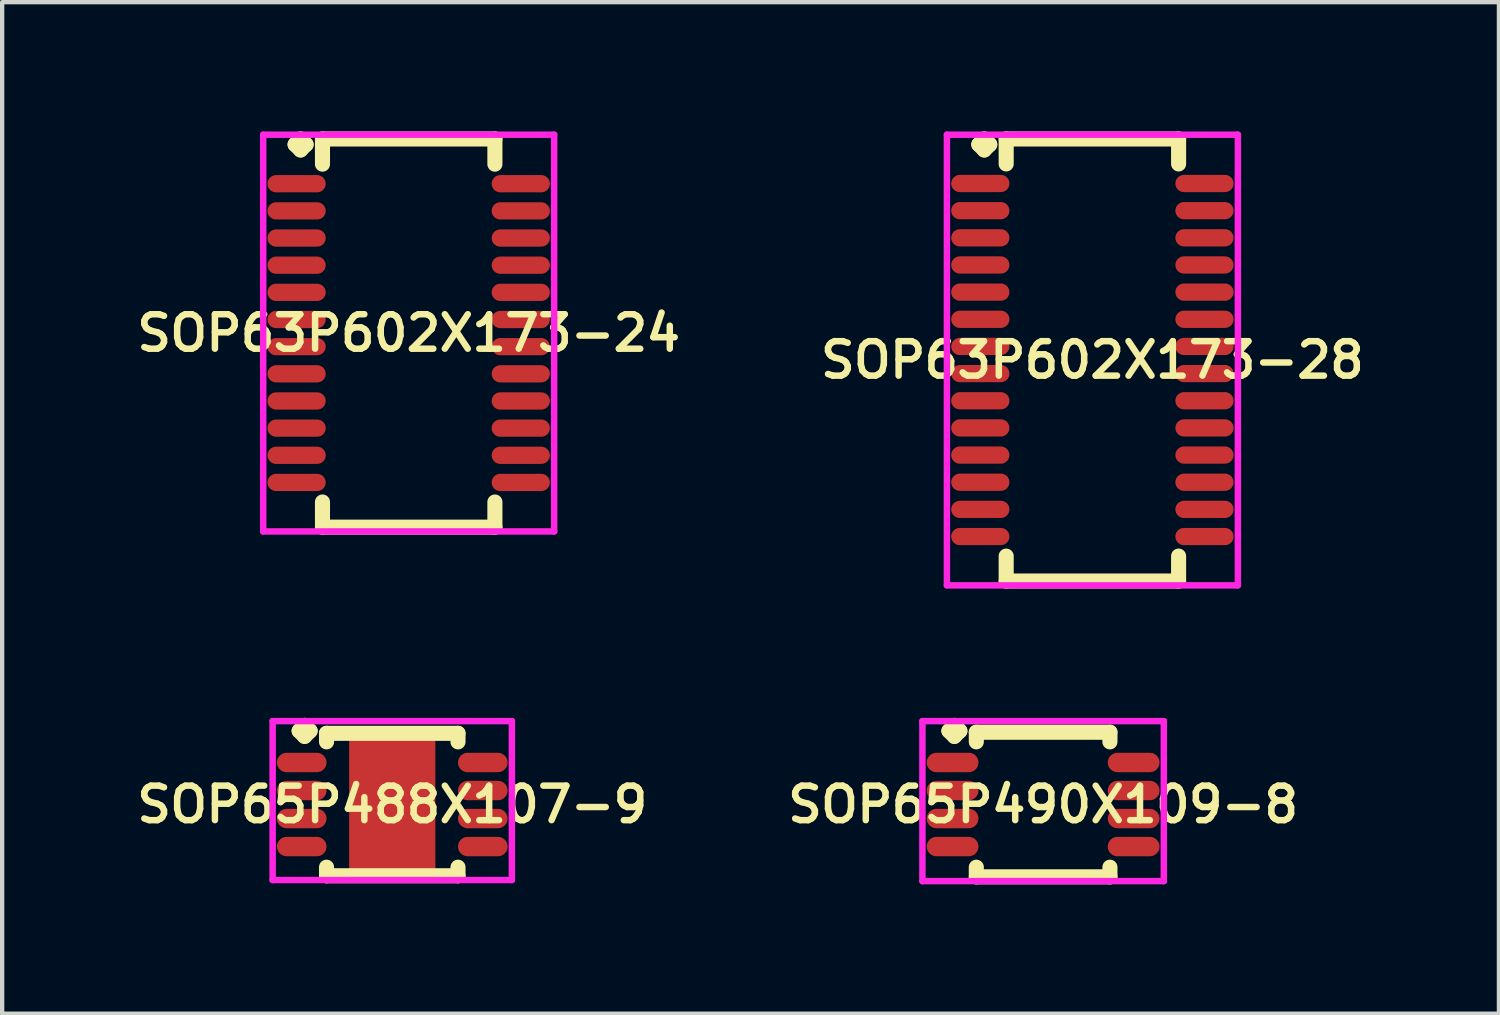
<source format=kicad_pcb>
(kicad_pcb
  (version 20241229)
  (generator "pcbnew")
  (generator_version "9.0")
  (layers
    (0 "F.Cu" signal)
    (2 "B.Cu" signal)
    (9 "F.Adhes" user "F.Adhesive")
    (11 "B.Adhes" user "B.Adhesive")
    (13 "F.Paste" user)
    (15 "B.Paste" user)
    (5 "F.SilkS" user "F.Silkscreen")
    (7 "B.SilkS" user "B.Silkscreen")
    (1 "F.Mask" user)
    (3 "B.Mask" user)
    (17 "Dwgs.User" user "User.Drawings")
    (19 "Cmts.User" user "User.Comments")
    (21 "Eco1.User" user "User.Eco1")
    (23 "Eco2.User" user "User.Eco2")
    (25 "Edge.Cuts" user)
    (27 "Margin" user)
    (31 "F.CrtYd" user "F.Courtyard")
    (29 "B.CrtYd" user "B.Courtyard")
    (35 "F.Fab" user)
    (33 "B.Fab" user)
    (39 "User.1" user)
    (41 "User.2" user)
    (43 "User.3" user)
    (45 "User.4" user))
  (footprint "SOP63P602X173-24"
    (layer "F.Cu")
    (at 6.431 4.677)
    (property "Reference" "SOP63P602X173-24" (at 0 0 0) (layer "F.SilkS") (effects (font (size 0.8 0.8) (thickness 0.15))))
    (attr through_hole)
    (fp_line (start -2.635 -4.375) (end -2.508 -4.502) (stroke (width 0.35) (type solid)) (layer "F.SilkS"))
    (fp_line (start -2.508 -4.502) (end -2.381 -4.375) (stroke (width 0.35) (type solid)) (layer "F.SilkS"))
    (fp_line (start -2.508 -4.248) (end -2.635 -4.375) (stroke (width 0.35) (type solid)) (layer "F.SilkS"))
    (fp_line (start -2.381 -4.375) (end -2.508 -4.248) (stroke (width 0.35) (type solid)) (layer "F.SilkS"))
    (fp_line (start -2 -4.502) (end 2 -4.502) (stroke (width 0.35) (type solid)) (layer "F.SilkS"))
    (fp_line (start -2 -3.919) (end -2 -4.502) (stroke (width 0.35) (type solid)) (layer "F.SilkS"))
    (fp_line (start -2 3.919) (end -2 4.502) (stroke (width 0.35) (type solid)) (layer "F.SilkS"))
    (fp_line (start -2 4.502) (end 2 4.502) (stroke (width 0.35) (type solid)) (layer "F.SilkS"))
    (fp_line (start 2 -4.502) (end 2 -3.919) (stroke (width 0.35) (type solid)) (layer "F.SilkS"))
    (fp_line (start 2 4.502) (end 2 3.919) (stroke (width 0.35) (type solid)) (layer "F.SilkS"))
    (fp_line (start -3.375 -4.602) (end 3.375 -4.602) (stroke (width 0.15) (type solid)) (layer "F.CrtYd"))
    (fp_line (start -3.375 4.602) (end -3.375 -4.602) (stroke (width 0.15) (type solid)) (layer "F.CrtYd"))
    (fp_line (start 3.375 -4.602) (end 3.375 4.602) (stroke (width 0.15) (type solid)) (layer "F.CrtYd"))
    (fp_line (start 3.375 4.602) (end -3.375 4.602) (stroke (width 0.15) (type solid)) (layer "F.CrtYd"))
    (pad "1" smd oval (at -2.6 -3.465) (size 1.35 0.4) (layers "F.Cu" "F.Mask" "F.Paste"))
    (pad "2" smd oval (at -2.6 -2.835) (size 1.35 0.4) (layers "F.Cu" "F.Mask" "F.Paste"))
    (pad "3" smd oval (at -2.6 -2.205) (size 1.35 0.4) (layers "F.Cu" "F.Mask" "F.Paste"))
    (pad "4" smd oval (at -2.6 -1.575) (size 1.35 0.4) (layers "F.Cu" "F.Mask" "F.Paste"))
    (pad "5" smd oval (at -2.6 -0.945) (size 1.35 0.4) (layers "F.Cu" "F.Mask" "F.Paste"))
    (pad "6" smd oval (at -2.6 -0.315) (size 1.35 0.4) (layers "F.Cu" "F.Mask" "F.Paste"))
    (pad "7" smd oval (at -2.6 0.315) (size 1.35 0.4) (layers "F.Cu" "F.Mask" "F.Paste"))
    (pad "8" smd oval (at -2.6 0.945) (size 1.35 0.4) (layers "F.Cu" "F.Mask" "F.Paste"))
    (pad "9" smd oval (at -2.6 1.575) (size 1.35 0.4) (layers "F.Cu" "F.Mask" "F.Paste"))
    (pad "10" smd oval (at -2.6 2.205) (size 1.35 0.4) (layers "F.Cu" "F.Mask" "F.Paste"))
    (pad "11" smd oval (at -2.6 2.835) (size 1.35 0.4) (layers "F.Cu" "F.Mask" "F.Paste"))
    (pad "12" smd oval (at -2.6 3.465) (size 1.35 0.4) (layers "F.Cu" "F.Mask" "F.Paste"))
    (pad "13" smd oval (at 2.6 3.465) (size 1.35 0.4) (layers "F.Cu" "F.Mask" "F.Paste"))
    (pad "14" smd oval (at 2.6 2.835) (size 1.35 0.4) (layers "F.Cu" "F.Mask" "F.Paste"))
    (pad "15" smd oval (at 2.6 2.205) (size 1.35 0.4) (layers "F.Cu" "F.Mask" "F.Paste"))
    (pad "16" smd oval (at 2.6 1.575) (size 1.35 0.4) (layers "F.Cu" "F.Mask" "F.Paste"))
    (pad "17" smd oval (at 2.6 0.945) (size 1.35 0.4) (layers "F.Cu" "F.Mask" "F.Paste"))
    (pad "18" smd oval (at 2.6 0.315) (size 1.35 0.4) (layers "F.Cu" "F.Mask" "F.Paste"))
    (pad "19" smd oval (at 2.6 -0.315) (size 1.35 0.4) (layers "F.Cu" "F.Mask" "F.Paste"))
    (pad "20" smd oval (at 2.6 -0.945) (size 1.35 0.4) (layers "F.Cu" "F.Mask" "F.Paste"))
    (pad "21" smd oval (at 2.6 -1.575) (size 1.35 0.4) (layers "F.Cu" "F.Mask" "F.Paste"))
    (pad "22" smd oval (at 2.6 -2.205) (size 1.35 0.4) (layers "F.Cu" "F.Mask" "F.Paste"))
    (pad "23" smd oval (at 2.6 -2.835) (size 1.35 0.4) (layers "F.Cu" "F.Mask" "F.Paste"))
    (pad "24" smd oval (at 2.6 -3.465) (size 1.35 0.4) (layers "F.Cu" "F.Mask" "F.Paste")))
  (footprint "SOP63P602X173-28"
    (layer "F.Cu")
    (at 22.292 5.302)
    (property "Reference" "SOP63P602X173-28" (at 0 0 0) (layer "F.SilkS") (effects (font (size 0.8 0.8) (thickness 0.15))))
    (attr through_hole)
    (fp_line (start -2.635 -5) (end -2.508 -5.127) (stroke (width 0.35) (type solid)) (layer "F.SilkS"))
    (fp_line (start -2.508 -5.127) (end -2.381 -5) (stroke (width 0.35) (type solid)) (layer "F.SilkS"))
    (fp_line (start -2.508 -4.873) (end -2.635 -5) (stroke (width 0.35) (type solid)) (layer "F.SilkS"))
    (fp_line (start -2.381 -5) (end -2.508 -4.873) (stroke (width 0.35) (type solid)) (layer "F.SilkS"))
    (fp_line (start -2 -5.127) (end 2 -5.127) (stroke (width 0.35) (type solid)) (layer "F.SilkS"))
    (fp_line (start -2 -4.549) (end -2 -5.127) (stroke (width 0.35) (type solid)) (layer "F.SilkS"))
    (fp_line (start -2 4.549) (end -2 5.127) (stroke (width 0.35) (type solid)) (layer "F.SilkS"))
    (fp_line (start -2 5.127) (end 2 5.127) (stroke (width 0.35) (type solid)) (layer "F.SilkS"))
    (fp_line (start 2 -5.127) (end 2 -4.549) (stroke (width 0.35) (type solid)) (layer "F.SilkS"))
    (fp_line (start 2 5.127) (end 2 4.549) (stroke (width 0.35) (type solid)) (layer "F.SilkS"))
    (fp_line (start -3.375 -5.227) (end 3.375 -5.227) (stroke (width 0.15) (type solid)) (layer "F.CrtYd"))
    (fp_line (start -3.375 5.227) (end -3.375 -5.227) (stroke (width 0.15) (type solid)) (layer "F.CrtYd"))
    (fp_line (start 3.375 -5.227) (end 3.375 5.227) (stroke (width 0.15) (type solid)) (layer "F.CrtYd"))
    (fp_line (start 3.375 5.227) (end -3.375 5.227) (stroke (width 0.15) (type solid)) (layer "F.CrtYd"))
    (pad "1" smd oval (at -2.6 -4.095) (size 1.35 0.4) (layers "F.Cu" "F.Mask" "F.Paste"))
    (pad "2" smd oval (at -2.6 -3.465) (size 1.35 0.4) (layers "F.Cu" "F.Mask" "F.Paste"))
    (pad "3" smd oval (at -2.6 -2.835) (size 1.35 0.4) (layers "F.Cu" "F.Mask" "F.Paste"))
    (pad "4" smd oval (at -2.6 -2.205) (size 1.35 0.4) (layers "F.Cu" "F.Mask" "F.Paste"))
    (pad "5" smd oval (at -2.6 -1.575) (size 1.35 0.4) (layers "F.Cu" "F.Mask" "F.Paste"))
    (pad "6" smd oval (at -2.6 -0.945) (size 1.35 0.4) (layers "F.Cu" "F.Mask" "F.Paste"))
    (pad "7" smd oval (at -2.6 -0.315) (size 1.35 0.4) (layers "F.Cu" "F.Mask" "F.Paste"))
    (pad "8" smd oval (at -2.6 0.315) (size 1.35 0.4) (layers "F.Cu" "F.Mask" "F.Paste"))
    (pad "9" smd oval (at -2.6 0.945) (size 1.35 0.4) (layers "F.Cu" "F.Mask" "F.Paste"))
    (pad "10" smd oval (at -2.6 1.575) (size 1.35 0.4) (layers "F.Cu" "F.Mask" "F.Paste"))
    (pad "11" smd oval (at -2.6 2.205) (size 1.35 0.4) (layers "F.Cu" "F.Mask" "F.Paste"))
    (pad "12" smd oval (at -2.6 2.835) (size 1.35 0.4) (layers "F.Cu" "F.Mask" "F.Paste"))
    (pad "13" smd oval (at -2.6 3.465) (size 1.35 0.4) (layers "F.Cu" "F.Mask" "F.Paste"))
    (pad "14" smd oval (at -2.6 4.095) (size 1.35 0.4) (layers "F.Cu" "F.Mask" "F.Paste"))
    (pad "15" smd oval (at 2.6 4.095) (size 1.35 0.4) (layers "F.Cu" "F.Mask" "F.Paste"))
    (pad "16" smd oval (at 2.6 3.465) (size 1.35 0.4) (layers "F.Cu" "F.Mask" "F.Paste"))
    (pad "17" smd oval (at 2.6 2.835) (size 1.35 0.4) (layers "F.Cu" "F.Mask" "F.Paste"))
    (pad "18" smd oval (at 2.6 2.205) (size 1.35 0.4) (layers "F.Cu" "F.Mask" "F.Paste"))
    (pad "19" smd oval (at 2.6 1.575) (size 1.35 0.4) (layers "F.Cu" "F.Mask" "F.Paste"))
    (pad "20" smd oval (at 2.6 0.945) (size 1.35 0.4) (layers "F.Cu" "F.Mask" "F.Paste"))
    (pad "21" smd oval (at 2.6 0.315) (size 1.35 0.4) (layers "F.Cu" "F.Mask" "F.Paste"))
    (pad "22" smd oval (at 2.6 -0.315) (size 1.35 0.4) (layers "F.Cu" "F.Mask" "F.Paste"))
    (pad "23" smd oval (at 2.6 -0.945) (size 1.35 0.4) (layers "F.Cu" "F.Mask" "F.Paste"))
    (pad "24" smd oval (at 2.6 -1.575) (size 1.35 0.4) (layers "F.Cu" "F.Mask" "F.Paste"))
    (pad "25" smd oval (at 2.6 -2.205) (size 1.35 0.4) (layers "F.Cu" "F.Mask" "F.Paste"))
    (pad "26" smd oval (at 2.6 -2.835) (size 1.35 0.4) (layers "F.Cu" "F.Mask" "F.Paste"))
    (pad "27" smd oval (at 2.6 -3.465) (size 1.35 0.4) (layers "F.Cu" "F.Mask" "F.Paste"))
    (pad "28" smd oval (at 2.6 -4.095) (size 1.35 0.4) (layers "F.Cu" "F.Mask" "F.Paste")))
  (footprint "SOP65P490X109-8"
    (layer "F.Cu")
    (at 21.149 15.614)
    (property "Reference" "SOP65P490X109-8" (at 0 0 0) (layer "F.SilkS") (effects (font (size 0.8 0.8) (thickness 0.15))))
    (attr smd)
    (fp_line (start -2.185 -1.708) (end -2.058 -1.835) (stroke (width 0.35) (type solid)) (layer "F.SilkS"))
    (fp_line (start -2.058 -1.835) (end -1.931 -1.708) (stroke (width 0.35) (type solid)) (layer "F.SilkS"))
    (fp_line (start -2.058 -1.581) (end -2.185 -1.708) (stroke (width 0.35) (type solid)) (layer "F.SilkS"))
    (fp_line (start -1.931 -1.708) (end -2.058 -1.581) (stroke (width 0.35) (type solid)) (layer "F.SilkS"))
    (fp_line (start -1.55 -1.677) (end 1.55 -1.677) (stroke (width 0.35) (type solid)) (layer "F.SilkS"))
    (fp_line (start -1.55 -1.454) (end -1.55 -1.677) (stroke (width 0.35) (type solid)) (layer "F.SilkS"))
    (fp_line (start -1.55 1.454) (end -1.55 1.677) (stroke (width 0.35) (type solid)) (layer "F.SilkS"))
    (fp_line (start -1.55 1.677) (end 1.55 1.677) (stroke (width 0.35) (type solid)) (layer "F.SilkS"))
    (fp_line (start 1.55 -1.677) (end 1.55 -1.454) (stroke (width 0.35) (type solid)) (layer "F.SilkS"))
    (fp_line (start 1.55 1.677) (end 1.55 1.454) (stroke (width 0.35) (type solid)) (layer "F.SilkS"))
    (fp_line (start -2.8 -1.935) (end 2.8 -1.935) (stroke (width 0.15) (type solid)) (layer "F.CrtYd"))
    (fp_line (start -2.8 1.777) (end -2.8 -1.935) (stroke (width 0.15) (type solid)) (layer "F.CrtYd"))
    (fp_line (start 2.8 -1.935) (end 2.8 1.777) (stroke (width 0.15) (type solid)) (layer "F.CrtYd"))
    (fp_line (start 2.8 1.777) (end -2.8 1.777) (stroke (width 0.15) (type solid)) (layer "F.CrtYd"))
    (pad "1" smd oval (at -2.1 -0.975) (size 1.2 0.45) (layers "F.Cu" "F.Mask" "F.Paste"))
    (pad "2" smd oval (at -2.1 -0.325) (size 1.2 0.45) (layers "F.Cu" "F.Mask" "F.Paste"))
    (pad "3" smd oval (at -2.1 0.325) (size 1.2 0.45) (layers "F.Cu" "F.Mask" "F.Paste"))
    (pad "4" smd oval (at -2.1 0.975) (size 1.2 0.45) (layers "F.Cu" "F.Mask" "F.Paste"))
    (pad "5" smd oval (at 2.1 0.975) (size 1.2 0.45) (layers "F.Cu" "F.Mask" "F.Paste"))
    (pad "6" smd oval (at 2.1 0.325) (size 1.2 0.45) (layers "F.Cu" "F.Mask" "F.Paste"))
    (pad "7" smd oval (at 2.1 -0.325) (size 1.2 0.45) (layers "F.Cu" "F.Mask" "F.Paste"))
    (pad "8" smd oval (at 2.1 -0.975) (size 1.2 0.45) (layers "F.Cu" "F.Mask" "F.Paste")))
  (footprint "SOP65P488X107-9"
    (layer "F.Cu")
    (at 6.05 15.614)
    (property "Reference" "SOP65P488X107-9" (at 0 0 0) (layer "F.SilkS") (effects (font (size 0.8 0.8) (thickness 0.15))))
    (attr smd)
    (fp_line (start -2.16 -1.708) (end -2.033 -1.835) (stroke (width 0.35) (type solid)) (layer "F.SilkS"))
    (fp_line (start -2.033 -1.835) (end -1.906 -1.708) (stroke (width 0.35) (type solid)) (layer "F.SilkS"))
    (fp_line (start -2.033 -1.581) (end -2.16 -1.708) (stroke (width 0.35) (type solid)) (layer "F.SilkS"))
    (fp_line (start -1.906 -1.708) (end -2.033 -1.581) (stroke (width 0.35) (type solid)) (layer "F.SilkS"))
    (fp_line (start -1.525 -1.652) (end 1.525 -1.652) (stroke (width 0.35) (type solid)) (layer "F.SilkS"))
    (fp_line (start -1.525 -1.454) (end -1.525 -1.652) (stroke (width 0.35) (type solid)) (layer "F.SilkS"))
    (fp_line (start -1.525 1.454) (end -1.525 1.652) (stroke (width 0.35) (type solid)) (layer "F.SilkS"))
    (fp_line (start -1.525 1.652) (end 1.525 1.652) (stroke (width 0.35) (type solid)) (layer "F.SilkS"))
    (fp_line (start 1.525 -1.652) (end 1.525 -1.454) (stroke (width 0.35) (type solid)) (layer "F.SilkS"))
    (fp_line (start 1.525 1.652) (end 1.525 1.454) (stroke (width 0.35) (type solid)) (layer "F.SilkS"))
    (fp_line (start -2.775 -1.935) (end 2.775 -1.935) (stroke (width 0.15) (type solid)) (layer "F.CrtYd"))
    (fp_line (start -2.775 1.752) (end -2.775 -1.935) (stroke (width 0.15) (type solid)) (layer "F.CrtYd"))
    (fp_line (start 2.775 -1.935) (end 2.775 1.752) (stroke (width 0.15) (type solid)) (layer "F.CrtYd"))
    (fp_line (start 2.775 1.752) (end -2.775 1.752) (stroke (width 0.15) (type solid)) (layer "F.CrtYd"))
    (pad "1" smd oval (at -2.1 -0.975) (size 1.15 0.45) (layers "F.Cu" "F.Mask" "F.Paste"))
    (pad "2" smd oval (at -2.1 -0.325) (size 1.15 0.45) (layers "F.Cu" "F.Mask" "F.Paste"))
    (pad "3" smd oval (at -2.1 0.325) (size 1.15 0.45) (layers "F.Cu" "F.Mask" "F.Paste"))
    (pad "4" smd oval (at -2.1 0.975) (size 1.15 0.45) (layers "F.Cu" "F.Mask" "F.Paste"))
    (pad "5" smd oval (at 2.1 0.975) (size 1.15 0.45) (layers "F.Cu" "F.Mask" "F.Paste"))
    (pad "6" smd oval (at 2.1 0.325) (size 1.15 0.45) (layers "F.Cu" "F.Mask" "F.Paste"))
    (pad "7" smd oval (at 2.1 -0.325) (size 1.15 0.45) (layers "F.Cu" "F.Mask" "F.Paste"))
    (pad "8" smd oval (at 2.1 -0.975) (size 1.15 0.45) (layers "F.Cu" "F.Mask" "F.Paste"))
    (pad "9" smd rect (at 0 0) (size 2 3) (layers "F.Cu" "F.Mask" "F.Paste")))
  (gr_rect
    (start -3 -3)
    (end 31.723 20.466)
    (stroke (width 0.1) (type default))
    (fill no)
    (layer "Edge.Cuts")))
</source>
